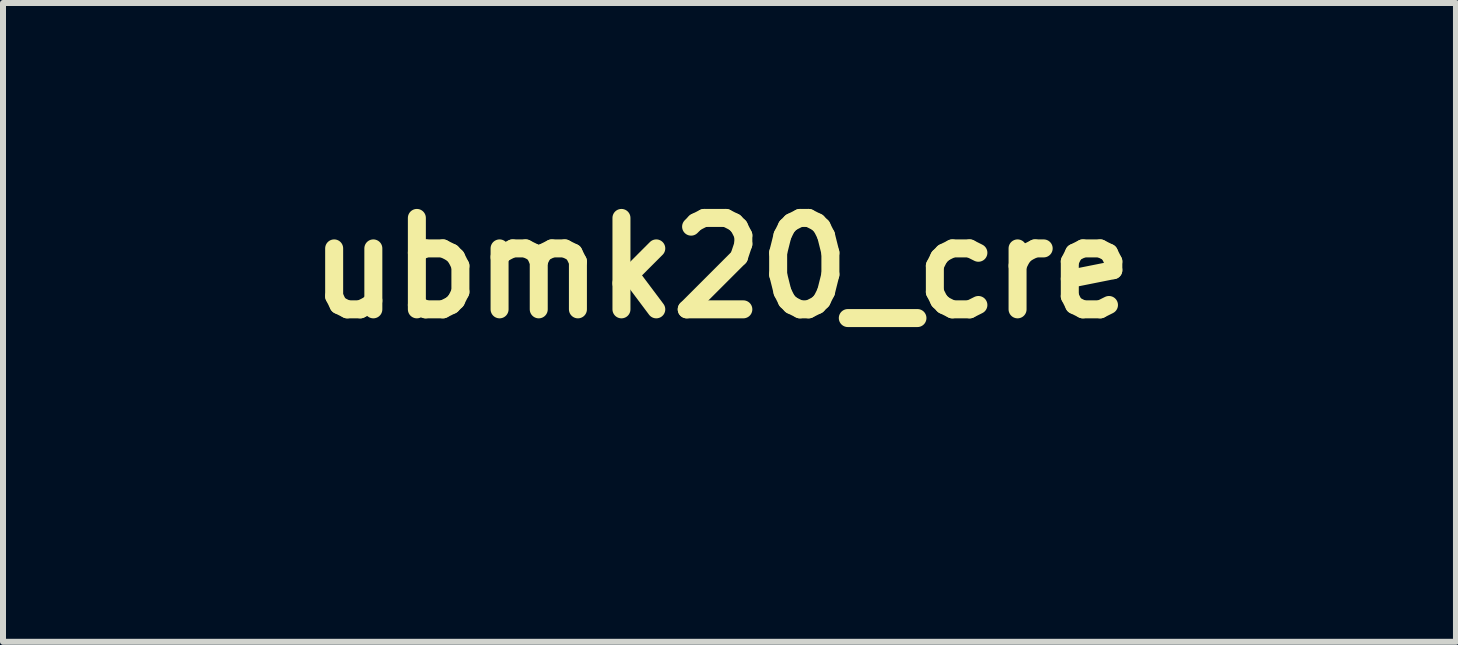
<source format=kicad_pcb>
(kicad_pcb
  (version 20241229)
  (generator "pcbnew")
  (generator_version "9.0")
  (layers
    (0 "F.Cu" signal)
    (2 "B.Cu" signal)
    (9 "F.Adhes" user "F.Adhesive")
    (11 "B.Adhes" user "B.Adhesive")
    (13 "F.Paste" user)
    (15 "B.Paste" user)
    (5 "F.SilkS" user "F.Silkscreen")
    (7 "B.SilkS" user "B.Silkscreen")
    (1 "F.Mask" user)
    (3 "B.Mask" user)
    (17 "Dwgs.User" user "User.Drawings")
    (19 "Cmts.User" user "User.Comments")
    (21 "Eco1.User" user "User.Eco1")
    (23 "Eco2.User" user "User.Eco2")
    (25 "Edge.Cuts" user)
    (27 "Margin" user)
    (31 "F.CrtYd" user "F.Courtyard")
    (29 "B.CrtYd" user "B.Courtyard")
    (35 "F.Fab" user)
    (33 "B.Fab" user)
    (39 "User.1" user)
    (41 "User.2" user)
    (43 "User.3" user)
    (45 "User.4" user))
  (footprint "ubmk20_cre"
    (layer "F.Cu")
    (at 8.98 1.418)
    (property "Reference" "ubmk20_cre" (at 0 0 0) (layer "F.SilkS") (effects (font (size 1.524 1.524) (thickness 0.3))))
    (attr through_hole)
    (fp_poly (pts (xy -1.849 2.224) (xy -2.154 2.224) (xy -2.154 1.405) (xy -1.849 1.405) (xy -1.849 2.224)) (stroke (width 0.01) (type solid)) (fill yes) (layer "F.Mask"))
    (fp_poly (pts (xy 1.803 2.224) (xy 1.498 2.224) (xy 1.498 1.405) (xy 1.803 1.405) (xy 1.803 2.224)) (stroke (width 0.01) (type solid)) (fill yes) (layer "F.Mask"))
    (fp_poly (pts (xy 6.251 1.639) (xy 6.04 1.639) (xy 6.04 2.224) (xy 5.735 2.224) (xy 5.735 1.541) (xy 5.804 1.473) (xy 5.841 1.439) (xy 5.878 1.418) (xy 5.927 1.408) (xy 6.003 1.405) (xy 6.061 1.405) (xy 6.251 1.405) (xy 6.251 1.639)) (stroke (width 0.01) (type solid)) (fill yes) (layer "F.Mask"))
    (fp_poly (pts (xy -1.939 1.003) (xy -1.884 1.048) (xy -1.853 1.12) (xy -1.849 1.159) (xy -1.869 1.235) (xy -1.918 1.287) (xy -1.985 1.31) (xy -2.058 1.298) (xy -2.108 1.263) (xy -2.146 1.196) (xy -2.145 1.119) (xy -2.108 1.049) (xy -2.08 1.024) (xy -2.008 0.994) (xy -1.939 1.003)) (stroke (width 0.01) (type solid)) (fill yes) (layer "F.Mask"))
    (fp_poly (pts (xy 1.713 1.003) (xy 1.768 1.048) (xy 1.799 1.12) (xy 1.803 1.159) (xy 1.783 1.235) (xy 1.734 1.287) (xy 1.667 1.31) (xy 1.594 1.298) (xy 1.544 1.263) (xy 1.506 1.196) (xy 1.507 1.119) (xy 1.544 1.049) (xy 1.572 1.024) (xy 1.644 0.994) (xy 1.713 1.003)) (stroke (width 0.01) (type solid)) (fill yes) (layer "F.Mask"))
    (fp_poly (pts (xy -2.667 2.309) (xy -2.627 2.331) (xy -2.584 2.385) (xy -2.574 2.455) (xy -2.592 2.525) (xy -2.635 2.584) (xy -2.697 2.618) (xy -2.727 2.622) (xy -2.788 2.606) (xy -2.833 2.575) (xy -2.876 2.507) (xy -2.881 2.436) (xy -2.855 2.372) (xy -2.806 2.324) (xy -2.741 2.3) (xy -2.667 2.309)) (stroke (width 0.01) (type solid)) (fill yes) (layer "F.Mask"))
    (fp_poly (pts (xy -5.806 1.159) (xy -5.85 1.22) (xy -5.887 1.251) (xy -5.935 1.263) (xy -5.997 1.264) (xy -6.066 1.263) (xy -6.097 1.257) (xy -6.098 1.239) (xy -6.081 1.211) (xy -6.041 1.148) (xy -6.014 1.106) (xy -5.986 1.074) (xy -5.944 1.058) (xy -5.873 1.054) (xy -5.857 1.053) (xy -5.733 1.053) (xy -5.806 1.159)) (stroke (width 0.01) (type solid)) (fill yes) (layer "F.Mask"))
    (fp_poly (pts (xy -6.531 1.376) (xy -6.687 1.386) (xy -6.774 1.394) (xy -6.831 1.407) (xy -6.873 1.434) (xy -6.909 1.471) (xy -6.956 1.537) (xy -6.974 1.608) (xy -6.976 1.652) (xy -6.968 1.734) (xy -6.949 1.808) (xy -6.942 1.824) (xy -6.888 1.885) (xy -6.801 1.932) (xy -6.695 1.961) (xy -6.625 1.966) (xy -6.531 1.966) (xy -6.531 2.224) (xy -6.678 2.222) (xy -6.769 2.218) (xy -6.851 2.21) (xy -6.894 2.202) (xy -7.039 2.148) (xy -7.162 2.065) (xy -7.254 1.96) (xy -7.304 1.849) (xy -7.328 1.689) (xy -7.311 1.531) (xy -7.269 1.414) (xy -7.188 1.292) (xy -7.079 1.205) (xy -6.941 1.15) (xy -6.77 1.125) (xy -6.704 1.124) (xy -6.531 1.124) (xy -6.531 1.376)) (stroke (width 0.01) (type solid)) (fill yes) (layer "F.Mask"))
    (fp_poly (pts (xy -2.833 1.657) (xy -2.831 1.784) (xy -2.824 1.871) (xy -2.808 1.925) (xy -2.782 1.954) (xy -2.742 1.965) (xy -2.716 1.966) (xy -2.668 1.962) (xy -2.635 1.942) (xy -2.614 1.902) (xy -2.603 1.832) (xy -2.599 1.727) (xy -2.599 1.657) (xy -2.599 1.405) (xy -2.294 1.405) (xy -2.294 1.694) (xy -2.295 1.818) (xy -2.298 1.905) (xy -2.305 1.965) (xy -2.318 2.009) (xy -2.337 2.047) (xy -2.347 2.061) (xy -2.403 2.126) (xy -2.468 2.179) (xy -2.475 2.183) (xy -2.558 2.215) (xy -2.665 2.235) (xy -2.773 2.239) (xy -2.861 2.226) (xy -2.963 2.176) (xy -3.05 2.104) (xy -3.104 2.022) (xy -3.122 1.948) (xy -3.133 1.83) (xy -3.137 1.675) (xy -3.137 1.405) (xy -2.833 1.405) (xy -2.833 1.657)) (stroke (width 0.01) (type solid)) (fill yes) (layer "F.Mask"))
    (fp_poly (pts (xy 7.655 1.657) (xy 7.657 1.784) (xy 7.664 1.871) (xy 7.68 1.925) (xy 7.706 1.954) (xy 7.746 1.965) (xy 7.772 1.966) (xy 7.82 1.962) (xy 7.853 1.942) (xy 7.874 1.902) (xy 7.885 1.832) (xy 7.889 1.727) (xy 7.889 1.657) (xy 7.889 1.405) (xy 8.194 1.405) (xy 8.194 1.694) (xy 8.193 1.818) (xy 8.19 1.905) (xy 8.182 1.965) (xy 8.17 2.009) (xy 8.15 2.047) (xy 8.141 2.061) (xy 8.085 2.126) (xy 8.02 2.179) (xy 8.013 2.183) (xy 7.93 2.215) (xy 7.823 2.235) (xy 7.714 2.239) (xy 7.627 2.226) (xy 7.525 2.176) (xy 7.438 2.104) (xy 7.383 2.022) (xy 7.365 1.948) (xy 7.354 1.83) (xy 7.351 1.675) (xy 7.351 1.405) (xy 7.655 1.405) (xy 7.655 1.657)) (stroke (width 0.01) (type solid)) (fill yes) (layer "F.Mask"))
    (fp_poly (pts (xy 8.912 1.397) (xy 9.007 1.431) (xy 9.114 1.507) (xy 9.19 1.609) (xy 9.232 1.729) (xy 9.239 1.857) (xy 9.209 1.984) (xy 9.141 2.102) (xy 9.127 2.119) (xy 9.041 2.189) (xy 8.939 2.23) (xy 8.834 2.241) (xy 8.738 2.221) (xy 8.681 2.185) (xy 8.66 2.169) (xy 8.648 2.171) (xy 8.641 2.199) (xy 8.639 2.26) (xy 8.638 2.349) (xy 8.638 2.552) (xy 8.331 2.552) (xy 8.343 1.813) (xy 8.638 1.813) (xy 8.657 1.886) (xy 8.705 1.937) (xy 8.769 1.961) (xy 8.836 1.953) (xy 8.884 1.919) (xy 8.919 1.853) (xy 8.922 1.779) (xy 8.897 1.709) (xy 8.85 1.658) (xy 8.787 1.639) (xy 8.739 1.658) (xy 8.689 1.705) (xy 8.651 1.765) (xy 8.638 1.813) (xy 8.343 1.813) (xy 8.346 1.647) (xy 8.413 1.558) (xy 8.512 1.465) (xy 8.635 1.406) (xy 8.772 1.382) (xy 8.912 1.397)) (stroke (width 0.01) (type solid)) (fill yes) (layer "F.Mask"))
    (fp_poly (pts (xy -5.057 1.405) (xy -4.822 1.405) (xy -4.822 1.639) (xy -5.057 1.639) (xy -5.057 1.8) (xy -5.054 1.894) (xy -5.041 1.95) (xy -5.01 1.979) (xy -4.953 1.989) (xy -4.903 1.99) (xy -4.822 1.99) (xy -4.822 2.224) (xy -5.009 2.224) (xy -5.105 2.223) (xy -5.169 2.216) (xy -5.213 2.201) (xy -5.253 2.173) (xy -5.272 2.157) (xy -5.306 2.123) (xy -5.329 2.091) (xy -5.342 2.049) (xy -5.35 1.985) (xy -5.356 1.888) (xy -5.357 1.864) (xy -5.362 1.76) (xy -5.368 1.694) (xy -5.377 1.658) (xy -5.392 1.642) (xy -5.416 1.639) (xy -5.422 1.639) (xy -5.455 1.634) (xy -5.472 1.614) (xy -5.477 1.565) (xy -5.478 1.522) (xy -5.476 1.452) (xy -5.466 1.418) (xy -5.443 1.406) (xy -5.419 1.405) (xy -5.382 1.399) (xy -5.365 1.375) (xy -5.361 1.319) (xy -5.361 1.311) (xy -5.361 1.217) (xy -5.057 1.217) (xy -5.057 1.405)) (stroke (width 0.01) (type solid)) (fill yes) (layer "F.Mask"))
    (fp_poly (pts (xy 6.908 1.403) (xy 7.033 1.464) (xy 7.135 1.557) (xy 7.181 1.626) (xy 7.208 1.715) (xy 7.216 1.824) (xy 7.204 1.931) (xy 7.179 2.005) (xy 7.101 2.108) (xy 6.993 2.188) (xy 6.866 2.235) (xy 6.766 2.246) (xy 6.705 2.238) (xy 6.63 2.218) (xy 6.616 2.213) (xy 6.495 2.147) (xy 6.404 2.052) (xy 6.347 1.937) (xy 6.328 1.817) (xy 6.625 1.817) (xy 6.645 1.888) (xy 6.697 1.939) (xy 6.765 1.963) (xy 6.837 1.954) (xy 6.866 1.937) (xy 6.909 1.879) (xy 6.921 1.804) (xy 6.902 1.73) (xy 6.889 1.711) (xy 6.828 1.667) (xy 6.76 1.66) (xy 6.695 1.685) (xy 6.646 1.737) (xy 6.625 1.812) (xy 6.625 1.817) (xy 6.328 1.817) (xy 6.327 1.809) (xy 6.346 1.679) (xy 6.393 1.577) (xy 6.454 1.511) (xy 6.545 1.451) (xy 6.649 1.405) (xy 6.749 1.382) (xy 6.771 1.381) (xy 6.908 1.403)) (stroke (width 0.01) (type solid)) (fill yes) (layer "F.Mask"))
    (fp_poly (pts (xy -5.815 1.417) (xy -5.703 1.481) (xy -5.627 1.558) (xy -5.599 1.598) (xy -5.58 1.635) (xy -5.567 1.681) (xy -5.56 1.744) (xy -5.555 1.837) (xy -5.552 1.935) (xy -5.544 2.224) (xy -5.687 2.224) (xy -5.765 2.223) (xy -5.808 2.216) (xy -5.825 2.2) (xy -5.829 2.168) (xy -5.829 2.161) (xy -5.829 2.098) (xy -5.898 2.164) (xy -5.99 2.222) (xy -6.099 2.243) (xy -6.209 2.224) (xy -6.251 2.205) (xy -6.349 2.126) (xy -6.418 2.018) (xy -6.453 1.891) (xy -6.451 1.808) (xy -6.147 1.808) (xy -6.134 1.882) (xy -6.09 1.945) (xy -6.025 1.973) (xy -5.956 1.966) (xy -5.894 1.921) (xy -5.887 1.912) (xy -5.857 1.837) (xy -5.862 1.763) (xy -5.898 1.702) (xy -5.958 1.667) (xy -5.993 1.662) (xy -6.072 1.682) (xy -6.125 1.734) (xy -6.147 1.808) (xy -6.451 1.808) (xy -6.45 1.754) (xy -6.438 1.7) (xy -6.383 1.58) (xy -6.297 1.488) (xy -6.189 1.424) (xy -6.067 1.389) (xy -5.939 1.387) (xy -5.815 1.417)) (stroke (width 0.01) (type solid)) (fill yes) (layer "F.Mask"))
    (fp_poly (pts (xy 1.338 1.125) (xy 1.399 1.13) (xy 1.427 1.137) (xy 1.428 1.138) (xy 1.42 1.166) (xy 1.399 1.229) (xy 1.368 1.32) (xy 1.329 1.432) (xy 1.285 1.556) (xy 1.239 1.684) (xy 1.194 1.808) (xy 1.152 1.921) (xy 1.117 2.014) (xy 1.092 2.079) (xy 1.082 2.104) (xy 1.022 2.183) (xy 0.935 2.23) (xy 0.831 2.242) (xy 0.72 2.217) (xy 0.71 2.213) (xy 0.679 2.199) (xy 0.654 2.182) (xy 0.631 2.157) (xy 0.607 2.118) (xy 0.58 2.06) (xy 0.547 1.975) (xy 0.504 1.86) (xy 0.449 1.707) (xy 0.435 1.669) (xy 0.386 1.533) (xy 0.341 1.409) (xy 0.303 1.304) (xy 0.275 1.228) (xy 0.26 1.188) (xy 0.235 1.124) (xy 0.597 1.124) (xy 0.714 1.521) (xy 0.752 1.647) (xy 0.787 1.755) (xy 0.816 1.838) (xy 0.837 1.888) (xy 0.846 1.901) (xy 0.858 1.873) (xy 0.88 1.81) (xy 0.906 1.723) (xy 0.924 1.662) (xy 0.958 1.543) (xy 0.993 1.419) (xy 1.025 1.311) (xy 1.034 1.282) (xy 1.081 1.124) (xy 1.255 1.124) (xy 1.338 1.125)) (stroke (width 0.01) (type solid)) (fill yes) (layer "F.Mask"))
    (fp_poly (pts (xy 2.786 1.38) (xy 2.522 1.386) (xy 2.259 1.393) (xy 2.259 1.451) (xy 2.261 1.48) (xy 2.275 1.499) (xy 2.309 1.51) (xy 2.373 1.517) (xy 2.449 1.522) (xy 2.552 1.531) (xy 2.623 1.545) (xy 2.678 1.568) (xy 2.723 1.599) (xy 2.799 1.683) (xy 2.84 1.786) (xy 2.846 1.897) (xy 2.821 2.005) (xy 2.764 2.099) (xy 2.679 2.17) (xy 2.644 2.186) (xy 2.581 2.205) (xy 2.493 2.217) (xy 2.374 2.223) (xy 2.259 2.224) (xy 1.966 2.224) (xy 1.966 1.966) (xy 2.211 1.966) (xy 2.328 1.965) (xy 2.408 1.959) (xy 2.458 1.949) (xy 2.489 1.932) (xy 2.493 1.929) (xy 2.523 1.883) (xy 2.513 1.846) (xy 2.46 1.819) (xy 2.362 1.798) (xy 2.292 1.791) (xy 2.189 1.774) (xy 2.101 1.748) (xy 2.062 1.73) (xy 1.984 1.658) (xy 1.937 1.562) (xy 1.923 1.455) (xy 1.939 1.347) (xy 1.987 1.249) (xy 2.067 1.174) (xy 2.071 1.171) (xy 2.108 1.151) (xy 2.15 1.138) (xy 2.208 1.13) (xy 2.29 1.125) (xy 2.405 1.124) (xy 2.467 1.124) (xy 2.786 1.124) (xy 2.786 1.38)) (stroke (width 0.01) (type solid)) (fill yes) (layer "F.Mask"))
    (fp_poly (pts (xy -3.716 1.125) (xy -3.588 1.13) (xy -3.492 1.14) (xy -3.424 1.157) (xy -3.375 1.183) (xy -3.34 1.219) (xy -3.313 1.263) (xy -3.28 1.375) (xy -3.292 1.488) (xy -3.332 1.573) (xy -3.387 1.654) (xy -3.321 1.729) (xy -3.269 1.818) (xy -3.251 1.923) (xy -3.268 2.026) (xy -3.305 2.095) (xy -3.345 2.139) (xy -3.392 2.172) (xy -3.452 2.196) (xy -3.532 2.211) (xy -3.64 2.22) (xy -3.784 2.223) (xy -3.897 2.224) (xy -4.284 2.224) (xy -4.284 1.803) (xy -3.933 1.803) (xy -3.933 1.969) (xy -3.777 1.962) (xy -3.681 1.953) (xy -3.622 1.937) (xy -3.598 1.917) (xy -3.578 1.865) (xy -3.596 1.83) (xy -3.655 1.81) (xy -3.756 1.803) (xy -3.768 1.803) (xy -3.933 1.803) (xy -4.284 1.803) (xy -4.284 1.545) (xy -3.933 1.545) (xy -3.81 1.545) (xy -3.734 1.541) (xy -3.675 1.532) (xy -3.656 1.525) (xy -3.634 1.488) (xy -3.632 1.449) (xy -3.641 1.418) (xy -3.663 1.4) (xy -3.71 1.391) (xy -3.787 1.386) (xy -3.933 1.379) (xy -3.933 1.545) (xy -4.284 1.545) (xy -4.284 1.124) (xy -3.885 1.124) (xy -3.716 1.125)) (stroke (width 0.01) (type solid)) (fill yes) (layer "F.Mask"))
    (fp_poly (pts (xy 3.594 1.119) (xy 3.711 1.169) (xy 3.805 1.25) (xy 3.82 1.269) (xy 3.842 1.304) (xy 3.857 1.34) (xy 3.867 1.386) (xy 3.872 1.454) (xy 3.874 1.55) (xy 3.874 1.664) (xy 3.874 1.792) (xy 3.872 1.883) (xy 3.867 1.945) (xy 3.857 1.989) (xy 3.84 2.023) (xy 3.817 2.058) (xy 3.811 2.064) (xy 3.749 2.129) (xy 3.674 2.182) (xy 3.659 2.19) (xy 3.56 2.222) (xy 3.443 2.239) (xy 3.331 2.237) (xy 3.27 2.225) (xy 3.169 2.175) (xy 3.078 2.098) (xy 3.014 2.01) (xy 3.011 2.005) (xy 2.993 1.95) (xy 2.981 1.874) (xy 2.975 1.767) (xy 2.974 1.668) (xy 3.277 1.668) (xy 3.279 1.764) (xy 3.286 1.826) (xy 3.301 1.868) (xy 3.328 1.902) (xy 3.335 1.909) (xy 3.384 1.948) (xy 3.427 1.966) (xy 3.43 1.966) (xy 3.471 1.951) (xy 3.52 1.913) (xy 3.524 1.909) (xy 3.554 1.874) (xy 3.571 1.835) (xy 3.579 1.778) (xy 3.582 1.69) (xy 3.582 1.668) (xy 3.576 1.544) (xy 3.558 1.459) (xy 3.523 1.407) (xy 3.469 1.384) (xy 3.43 1.381) (xy 3.363 1.392) (xy 3.318 1.426) (xy 3.291 1.492) (xy 3.279 1.594) (xy 3.277 1.668) (xy 2.974 1.668) (xy 2.973 1.659) (xy 2.975 1.538) (xy 2.979 1.452) (xy 2.989 1.391) (xy 3.005 1.342) (xy 3.026 1.301) (xy 3.104 1.208) (xy 3.21 1.143) (xy 3.334 1.106) (xy 3.465 1.098) (xy 3.594 1.119)) (stroke (width 0.01) (type solid)) (fill yes) (layer "F.Mask"))
    (fp_poly (pts (xy 5.112 1.105) (xy 5.256 1.139) (xy 5.317 1.166) (xy 5.415 1.228) (xy 5.492 1.306) (xy 5.549 1.403) (xy 5.587 1.525) (xy 5.609 1.677) (xy 5.617 1.866) (xy 5.614 2.036) (xy 5.606 2.19) (xy 5.592 2.305) (xy 5.57 2.389) (xy 5.538 2.45) (xy 5.492 2.496) (xy 5.468 2.514) (xy 5.388 2.547) (xy 5.288 2.564) (xy 5.19 2.563) (xy 5.149 2.554) (xy 5.032 2.499) (xy 4.955 2.421) (xy 4.919 2.324) (xy 4.916 2.287) (xy 4.909 2.25) (xy 4.891 2.234) (xy 5.2 2.234) (xy 5.209 2.271) (xy 5.243 2.29) (xy 5.264 2.289) (xy 5.287 2.273) (xy 5.301 2.231) (xy 5.309 2.151) (xy 5.31 2.143) (xy 5.313 2.066) (xy 5.311 2.029) (xy 5.299 2.023) (xy 5.276 2.041) (xy 5.269 2.047) (xy 5.232 2.099) (xy 5.208 2.168) (xy 5.2 2.234) (xy 4.891 2.234) (xy 4.879 2.225) (xy 4.816 2.202) (xy 4.805 2.199) (xy 4.699 2.15) (xy 4.597 2.071) (xy 4.512 1.973) (xy 4.457 1.871) (xy 4.453 1.858) (xy 4.427 1.701) (xy 4.434 1.617) (xy 4.773 1.617) (xy 4.775 1.716) (xy 4.802 1.808) (xy 4.851 1.883) (xy 4.919 1.93) (xy 4.975 1.941) (xy 5.002 1.926) (xy 5.052 1.886) (xy 5.117 1.829) (xy 5.133 1.814) (xy 5.211 1.735) (xy 5.254 1.674) (xy 5.267 1.627) (xy 5.248 1.53) (xy 5.197 1.452) (xy 5.125 1.397) (xy 5.04 1.37) (xy 4.952 1.374) (xy 4.872 1.415) (xy 4.851 1.435) (xy 4.797 1.52) (xy 4.773 1.617) (xy 4.434 1.617) (xy 4.439 1.543) (xy 4.487 1.397) (xy 4.567 1.273) (xy 4.572 1.267) (xy 4.678 1.185) (xy 4.81 1.129) (xy 4.959 1.102) (xy 5.112 1.105)) (stroke (width 0.01) (type solid)) (fill yes) (layer "F.Mask"))
    (fp_poly (pts (xy 0.892 2.76) (xy 1.438 2.761) (xy 1.98 2.761) (xy 2.515 2.761) (xy 3.04 2.762) (xy 3.554 2.762) (xy 4.055 2.763) (xy 4.541 2.764) (xy 5.01 2.765) (xy 5.46 2.766) (xy 5.888 2.767) (xy 6.294 2.768) (xy 6.674 2.77) (xy 7.027 2.771) (xy 7.351 2.773) (xy 7.643 2.774) (xy 7.903 2.776) (xy 8.128 2.778) (xy 8.315 2.78) (xy 8.463 2.782) (xy 8.57 2.784) (xy 8.634 2.786) (xy 8.653 2.788) (xy 8.673 2.83) (xy 8.684 2.914) (xy 8.685 2.984) (xy 8.682 3.08) (xy 8.673 3.141) (xy 8.654 3.18) (xy 8.642 3.192) (xy 8.578 3.227) (xy 8.517 3.216) (xy 8.488 3.194) (xy 8.462 3.146) (xy 8.451 3.08) (xy 8.451 3.077) (xy 8.451 2.996) (xy -0.057 2.996) (xy -0.811 2.996) (xy -1.52 2.996) (xy -2.185 2.996) (xy -2.807 2.996) (xy -3.388 2.996) (xy -3.929 2.996) (xy -4.432 2.996) (xy -4.897 2.995) (xy -5.327 2.995) (xy -5.723 2.994) (xy -6.086 2.994) (xy -6.418 2.993) (xy -6.719 2.992) (xy -6.992 2.991) (xy -7.238 2.99) (xy -7.457 2.989) (xy -7.653 2.988) (xy -7.825 2.987) (xy -7.975 2.985) (xy -8.106 2.984) (xy -8.217 2.982) (xy -8.311 2.98) (xy -8.389 2.978) (xy -8.452 2.976) (xy -8.502 2.973) (xy -8.54 2.971) (xy -8.568 2.968) (xy -8.587 2.965) (xy -8.598 2.962) (xy -8.602 2.96) (xy -8.632 2.904) (xy -8.635 2.84) (xy -8.608 2.79) (xy -8.607 2.789) (xy -8.581 2.786) (xy -8.51 2.784) (xy -8.396 2.782) (xy -8.242 2.78) (xy -8.049 2.778) (xy -7.819 2.776) (xy -7.554 2.774) (xy -7.256 2.773) (xy -6.927 2.771) (xy -6.57 2.77) (xy -6.186 2.768) (xy -5.777 2.767) (xy -5.345 2.766) (xy -4.892 2.765) (xy -4.42 2.764) (xy -3.932 2.763) (xy -3.429 2.762) (xy -2.913 2.762) (xy -2.386 2.761) (xy -1.85 2.761) (xy -1.307 2.761) (xy -0.76 2.76) (xy -0.209 2.76) (xy 0.342 2.76) (xy 0.892 2.76)) (stroke (width 0.01) (type solid)) (fill yes) (layer "F.Mask"))
    (fp_poly (pts (xy -8.163 1.082) (xy -7.971 1.115) (xy -7.802 1.187) (xy -7.659 1.296) (xy -7.546 1.439) (xy -7.52 1.485) (xy -7.485 1.565) (xy -7.466 1.643) (xy -7.458 1.742) (xy -7.458 1.779) (xy -7.47 1.932) (xy -7.511 2.048) (xy -7.58 2.126) (xy -7.621 2.15) (xy -7.694 2.17) (xy -7.784 2.176) (xy -7.871 2.17) (xy -7.938 2.151) (xy -7.949 2.144) (xy -7.988 2.124) (xy -8.029 2.131) (xy -8.057 2.144) (xy -8.119 2.164) (xy -8.202 2.176) (xy -8.242 2.177) (xy -8.314 2.174) (xy -8.365 2.159) (xy -8.415 2.124) (xy -8.463 2.078) (xy -8.546 1.974) (xy -8.583 1.87) (xy -8.58 1.818) (xy -8.334 1.818) (xy -8.319 1.87) (xy -8.284 1.923) (xy -8.242 1.96) (xy -8.22 1.966) (xy -8.188 1.953) (xy -8.146 1.924) (xy -8.105 1.867) (xy -8.096 1.801) (xy -8.117 1.739) (xy -8.164 1.697) (xy -8.214 1.686) (xy -8.268 1.706) (xy -8.314 1.755) (xy -8.334 1.814) (xy -8.334 1.818) (xy -8.58 1.818) (xy -8.576 1.76) (xy -8.541 1.667) (xy -8.464 1.557) (xy -8.364 1.487) (xy -8.244 1.458) (xy -8.186 1.459) (xy -8.064 1.49) (xy -7.962 1.556) (xy -7.887 1.649) (xy -7.847 1.761) (xy -7.842 1.815) (xy -7.834 1.895) (xy -7.811 1.941) (xy -7.778 1.95) (xy -7.739 1.916) (xy -7.706 1.83) (xy -7.708 1.728) (xy -7.742 1.62) (xy -7.806 1.516) (xy -7.843 1.474) (xy -7.966 1.383) (xy -8.108 1.331) (xy -8.26 1.323) (xy -8.328 1.334) (xy -8.464 1.385) (xy -8.572 1.467) (xy -8.65 1.572) (xy -8.699 1.692) (xy -8.717 1.821) (xy -8.702 1.95) (xy -8.655 2.073) (xy -8.574 2.181) (xy -8.458 2.267) (xy -8.447 2.273) (xy -8.372 2.301) (xy -8.279 2.325) (xy -8.23 2.332) (xy -8.1 2.347) (xy -8.1 2.575) (xy -8.246 2.574) (xy -8.369 2.563) (xy -8.486 2.536) (xy -8.511 2.527) (xy -8.667 2.444) (xy -8.793 2.329) (xy -8.888 2.19) (xy -8.95 2.034) (xy -8.975 1.866) (xy -8.964 1.694) (xy -8.912 1.525) (xy -8.851 1.41) (xy -8.733 1.269) (xy -8.59 1.166) (xy -8.423 1.102) (xy -8.236 1.08) (xy -8.163 1.082)) (stroke (width 0.01) (type solid)) (fill yes) (layer "F.Mask"))
    (fp_poly (pts (xy -0.849 1.104) (xy -0.792 1.118) (xy -0.743 1.149) (xy -0.725 1.165) (xy -0.662 1.245) (xy -0.64 1.325) (xy -0.636 1.391) (xy -0.652 1.441) (xy -0.696 1.499) (xy -0.699 1.503) (xy -0.771 1.585) (xy -0.718 1.635) (xy -0.663 1.677) (xy -0.625 1.677) (xy -0.594 1.636) (xy -0.586 1.618) (xy -0.532 1.525) (xy -0.455 1.467) (xy -0.347 1.437) (xy -0.304 1.433) (xy -0.164 1.422) (xy -0.164 1.529) (xy -0.166 1.595) (xy -0.178 1.627) (xy -0.211 1.639) (xy -0.249 1.643) (xy -0.331 1.666) (xy -0.376 1.709) (xy -0.42 1.782) (xy -0.428 1.838) (xy -0.398 1.889) (xy -0.339 1.943) (xy -0.22 2.054) (xy -0.141 2.166) (xy -0.102 2.276) (xy -0.104 2.379) (xy -0.141 2.459) (xy -0.189 2.504) (xy -0.259 2.543) (xy -0.329 2.569) (xy -0.375 2.573) (xy -0.403 2.566) (xy -0.456 2.551) (xy -0.463 2.549) (xy -0.534 2.508) (xy -0.593 2.44) (xy -0.628 2.362) (xy -0.632 2.329) (xy -0.629 2.317) (xy -0.419 2.317) (xy -0.417 2.36) (xy -0.389 2.386) (xy -0.375 2.388) (xy -0.337 2.373) (xy -0.328 2.333) (xy -0.337 2.275) (xy -0.363 2.259) (xy -0.39 2.274) (xy -0.419 2.317) (xy -0.629 2.317) (xy -0.62 2.279) (xy -0.591 2.216) (xy -0.585 2.205) (xy -0.553 2.14) (xy -0.554 2.108) (xy -0.588 2.11) (xy -0.648 2.143) (xy -0.776 2.209) (xy -0.909 2.24) (xy -1.039 2.239) (xy -1.159 2.208) (xy -1.263 2.15) (xy -1.343 2.068) (xy -1.392 1.964) (xy -1.405 1.871) (xy -1.398 1.834) (xy -1.1 1.834) (xy -1.076 1.914) (xy -1.053 1.943) (xy -0.988 1.98) (xy -0.905 1.988) (xy -0.827 1.968) (xy -0.806 1.955) (xy -0.778 1.921) (xy -0.786 1.903) (xy -0.817 1.878) (xy -0.871 1.835) (xy -0.917 1.797) (xy -0.99 1.74) (xy -1.038 1.714) (xy -1.068 1.717) (xy -1.086 1.746) (xy -1.1 1.834) (xy -1.398 1.834) (xy -1.385 1.767) (xy -1.335 1.665) (xy -1.264 1.588) (xy -1.263 1.587) (xy -1.222 1.553) (xy -1.211 1.523) (xy -1.226 1.475) (xy -1.233 1.458) (xy -1.251 1.358) (xy -1.245 1.335) (xy -1.002 1.335) (xy -1.002 1.384) (xy -0.979 1.423) (xy -0.939 1.449) (xy -0.912 1.431) (xy -0.901 1.403) (xy -0.9 1.351) (xy -0.925 1.311) (xy -0.965 1.301) (xy -0.973 1.303) (xy -1.002 1.335) (xy -1.245 1.335) (xy -1.225 1.26) (xy -1.156 1.171) (xy -1.144 1.16) (xy -1.092 1.124) (xy -1.034 1.106) (xy -0.951 1.1) (xy -0.935 1.1) (xy -0.849 1.104)) (stroke (width 0.01) (type solid)) (fill yes) (layer "F.Mask")))
  (gr_rect
    (start -3 -3)
    (end 21.224 7.65)
    (stroke (width 0.1) (type default))
    (fill no)
    (layer "Edge.Cuts")))
</source>
